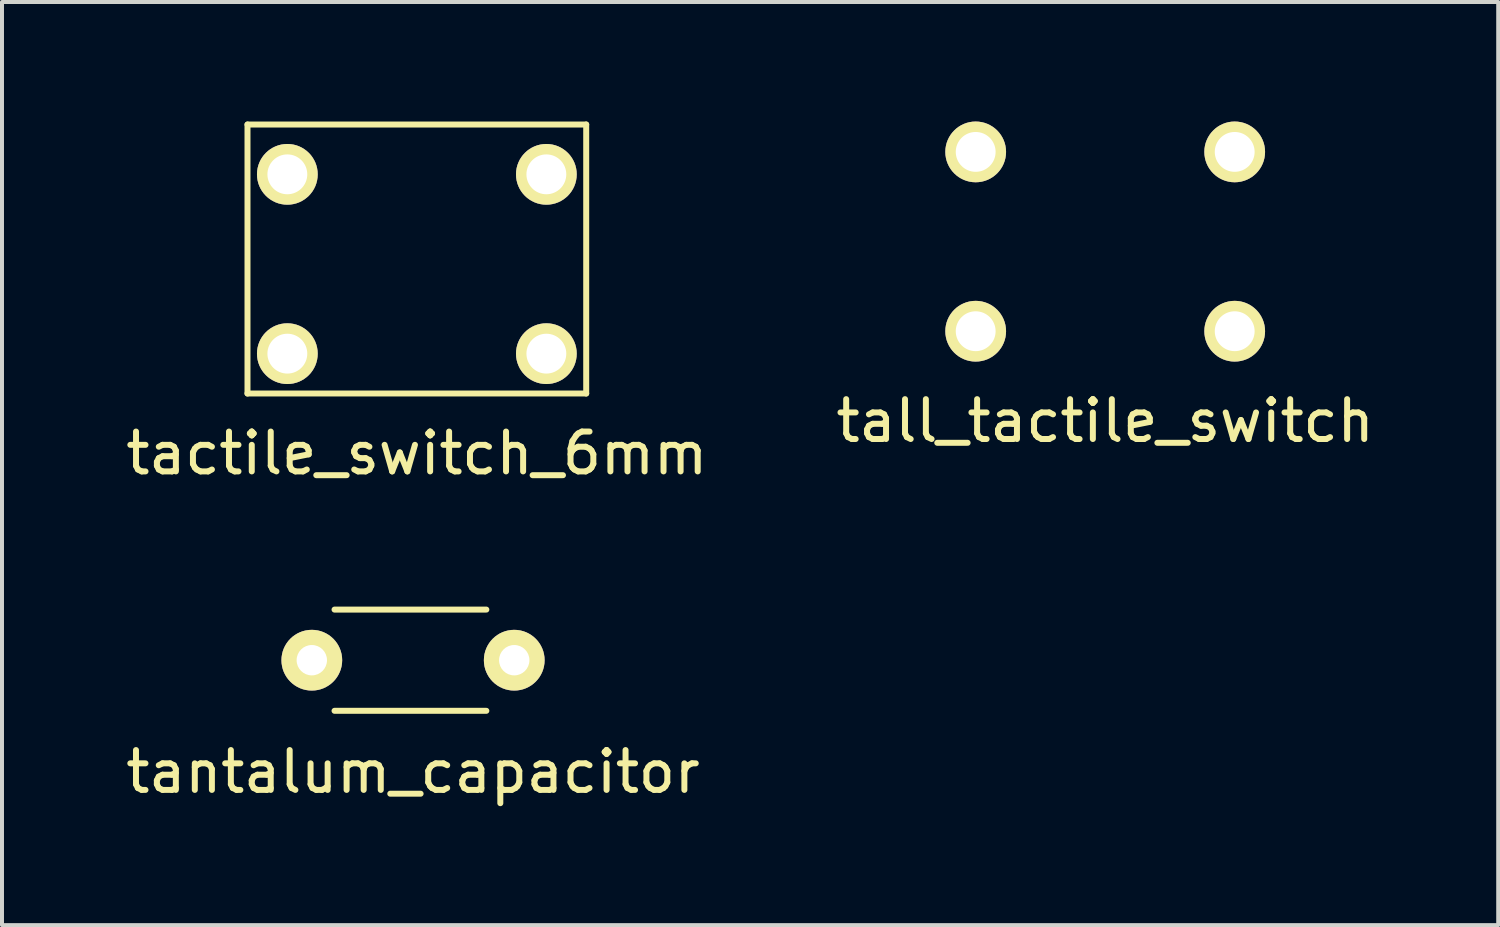
<source format=kicad_pcb>
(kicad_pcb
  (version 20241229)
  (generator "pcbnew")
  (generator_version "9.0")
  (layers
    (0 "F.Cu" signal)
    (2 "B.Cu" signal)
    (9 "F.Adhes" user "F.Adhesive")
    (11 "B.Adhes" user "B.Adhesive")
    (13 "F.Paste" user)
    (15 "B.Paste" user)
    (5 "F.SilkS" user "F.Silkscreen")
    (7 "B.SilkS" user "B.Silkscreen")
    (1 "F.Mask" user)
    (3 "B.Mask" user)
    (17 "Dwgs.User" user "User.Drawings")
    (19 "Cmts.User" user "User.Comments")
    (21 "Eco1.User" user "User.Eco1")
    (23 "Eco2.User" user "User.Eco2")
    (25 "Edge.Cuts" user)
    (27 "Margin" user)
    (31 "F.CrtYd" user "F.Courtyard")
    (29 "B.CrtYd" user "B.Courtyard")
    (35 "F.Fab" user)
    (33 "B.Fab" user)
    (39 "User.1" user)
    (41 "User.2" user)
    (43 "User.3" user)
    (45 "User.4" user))
  (footprint "tall_tactile_switch"
    (layer "F.Cu")
    (at 24.685 3.012)
    (property "Reference" "tall_tactile_switch" (at 0 4.5 0) (layer "F.SilkS") (effects (font (size 1 1) (thickness 0.15))))
    (attr through_hole)
    (pad "1" thru_hole circle (at -3.25 -2.25) (size 1.524 1.524) (drill 1) (layers "*.Cu" "*.Mask" "F.SilkS"))
    (pad "1" thru_hole circle (at 3.25 -2.25) (size 1.524 1.524) (drill 1) (layers "*.Cu" "*.Mask" "F.SilkS"))
    (pad "2" thru_hole circle (at -3.25 2.25) (size 1.524 1.524) (drill 1) (layers "*.Cu" "*.Mask" "F.SilkS"))
    (pad "2" thru_hole circle (at 3.25 2.25) (size 1.524 1.524) (drill 1) (layers "*.Cu" "*.Mask" "F.SilkS")))
  (footprint "tactile_switch_6mm"
    (layer "F.Cu")
    (at 7.411 3.575)
    (property "Reference" "tactile_switch_6mm" (at 0 4.75 0) (layer "F.SilkS") (effects (font (size 1 1) (thickness 0.15))))
    (attr through_hole)
    (fp_line (start -4.25 -3.5) (end 4.25 -3.5) (stroke (width 0.15) (type solid)) (layer "F.SilkS"))
    (fp_line (start -4.25 3.25) (end -4.25 -3.5) (stroke (width 0.15) (type solid)) (layer "F.SilkS"))
    (fp_line (start 4.25 -3.5) (end 4.25 3.25) (stroke (width 0.15) (type solid)) (layer "F.SilkS"))
    (fp_line (start 4.25 3.25) (end -4.25 3.25) (stroke (width 0.15) (type solid)) (layer "F.SilkS"))
    (pad "1" thru_hole circle (at -3.25 -2.25) (size 1.524 1.524) (drill 1) (layers "*.Cu" "*.Mask" "F.SilkS"))
    (pad "1" thru_hole circle (at 3.25 -2.25) (size 1.524 1.524) (drill 1) (layers "*.Cu" "*.Mask" "F.SilkS"))
    (pad "2" thru_hole circle (at -3.25 2.25) (size 1.524 1.524) (drill 1) (layers "*.Cu" "*.Mask" "F.SilkS"))
    (pad "2" thru_hole circle (at 3.25 2.25) (size 1.524 1.524) (drill 1) (layers "*.Cu" "*.Mask" "F.SilkS")))
  (footprint "tantalum_capacitor"
    (layer "F.Cu")
    (at 7.315 13.518)
    (property "Reference" "tantalum_capacitor" (at 0 2.8 0) (layer "F.SilkS") (effects (font (size 1 1) (thickness 0.15))))
    (attr through_hole)
    (fp_line (start -1.97 -1.27) (end 1.84 -1.27) (stroke (width 0.15) (type solid)) (layer "F.SilkS"))
    (fp_line (start -1.97 1.27) (end 1.84 1.27) (stroke (width 0.15) (type solid)) (layer "F.SilkS"))
    (pad "1" thru_hole circle (at -2.54 0) (size 1.524 1.524) (drill 0.762) (layers "*.Cu" "*.Mask" "F.SilkS"))
    (pad "2" thru_hole circle (at 2.54 0) (size 1.524 1.524) (drill 0.762) (layers "*.Cu" "*.Mask" "F.SilkS")))
  (gr_rect
    (start -3 -3)
    (end 34.548 20.166)
    (stroke (width 0.1) (type default))
    (fill no)
    (layer "Edge.Cuts")))
</source>
